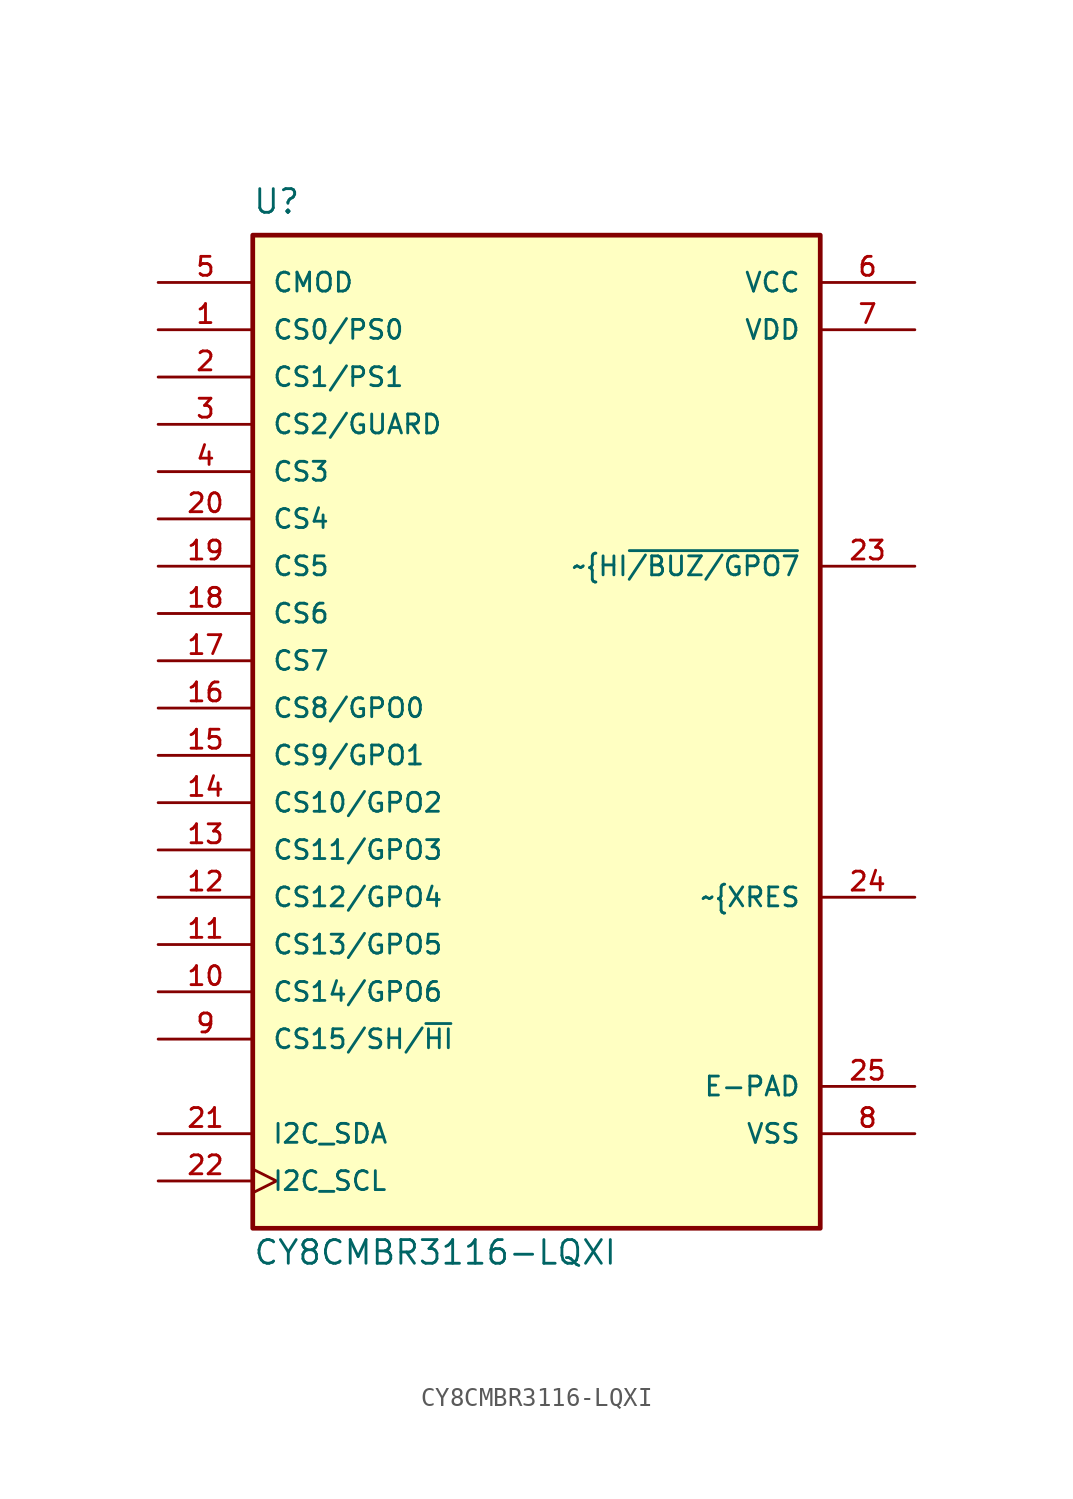
<source format=kicad_sym>
(kicad_symbol_lib
  (version 20211014)
  (generator kicad_symbol_editor)
  (symbol "CY8CMBR3116-LQXI"
    (pin_names
      (offset 1.016))
    (property "Reference" "U"
      (at -15.266 29.005 0)
      (effects (font (size 1.27 1.27)) (justify bottom left)))
    (property "Value" "CY8CMBR3116-LQXI"
      (at -15.246 -27.442 0)
      (effects (font (size 1.27 1.27)) (justify bottom left)))
    (symbol "CY8CMBR3116-LQXI_0_0"
      (rectangle (start -15.24 -25.4) (end 15.24 27.94) (stroke (width 0.254)) (fill (type background)))
      (pin passive line (at -20.32 22.86 0) (length 5.08) (name "CS0/PS0" (effects (font (size 1.016 1.016)))) (number "1" (effects (font (size 1.016 1.016)))))
      (pin passive line (at -20.32 20.32 0) (length 5.08) (name "CS1/PS1" (effects (font (size 1.016 1.016)))) (number "2" (effects (font (size 1.016 1.016)))))
      (pin passive line (at -20.32 17.78 0) (length 5.08) (name "CS2/GUARD" (effects (font (size 1.016 1.016)))) (number "3" (effects (font (size 1.016 1.016)))))
      (pin passive line (at -20.32 15.24 0) (length 5.08) (name "CS3" (effects (font (size 1.016 1.016)))) (number "4" (effects (font (size 1.016 1.016)))))
      (pin passive line (at -20.32 25.4 0) (length 5.08) (name "CMOD" (effects (font (size 1.016 1.016)))) (number "5" (effects (font (size 1.016 1.016)))))
      (pin power_in line (at 20.32 25.4 180.0) (length 5.08) (name "VCC" (effects (font (size 1.016 1.016)))) (number "6" (effects (font (size 1.016 1.016)))))
      (pin power_in line (at 20.32 22.86 180.0) (length 5.08) (name "VDD" (effects (font (size 1.016 1.016)))) (number "7" (effects (font (size 1.016 1.016)))))
      (pin power_in line (at 20.32 -20.32 180.0) (length 5.08) (name "VSS" (effects (font (size 1.016 1.016)))) (number "8" (effects (font (size 1.016 1.016)))))
      (pin bidirectional line (at -20.32 -15.24 0) (length 5.08) (name "CS15/SH/~{HI}" (effects (font (size 1.016 1.016)))) (number "9" (effects (font (size 1.016 1.016)))))
      (pin bidirectional line (at -20.32 -12.7 0) (length 5.08) (name "CS14/GPO6" (effects (font (size 1.016 1.016)))) (number "10" (effects (font (size 1.016 1.016)))))
      (pin bidirectional line (at -20.32 -10.16 0) (length 5.08) (name "CS13/GPO5" (effects (font (size 1.016 1.016)))) (number "11" (effects (font (size 1.016 1.016)))))
      (pin bidirectional line (at -20.32 -7.62 0) (length 5.08) (name "CS12/GPO4" (effects (font (size 1.016 1.016)))) (number "12" (effects (font (size 1.016 1.016)))))
      (pin bidirectional line (at -20.32 -5.08 0) (length 5.08) (name "CS11/GPO3" (effects (font (size 1.016 1.016)))) (number "13" (effects (font (size 1.016 1.016)))))
      (pin bidirectional line (at -20.32 -2.54 0) (length 5.08) (name "CS10/GPO2" (effects (font (size 1.016 1.016)))) (number "14" (effects (font (size 1.016 1.016)))))
      (pin bidirectional line (at -20.32 0.0 0) (length 5.08) (name "CS9/GPO1" (effects (font (size 1.016 1.016)))) (number "15" (effects (font (size 1.016 1.016)))))
      (pin bidirectional line (at -20.32 2.54 0) (length 5.08) (name "CS8/GPO0" (effects (font (size 1.016 1.016)))) (number "16" (effects (font (size 1.016 1.016)))))
      (pin passive line (at -20.32 5.08 0) (length 5.08) (name "CS7" (effects (font (size 1.016 1.016)))) (number "17" (effects (font (size 1.016 1.016)))))
      (pin passive line (at -20.32 7.62 0) (length 5.08) (name "CS6" (effects (font (size 1.016 1.016)))) (number "18" (effects (font (size 1.016 1.016)))))
      (pin passive line (at -20.32 10.16 0) (length 5.08) (name "CS5" (effects (font (size 1.016 1.016)))) (number "19" (effects (font (size 1.016 1.016)))))
      (pin passive line (at -20.32 12.7 0) (length 5.08) (name "CS4" (effects (font (size 1.016 1.016)))) (number "20" (effects (font (size 1.016 1.016)))))
      (pin bidirectional line (at -20.32 -20.32 0) (length 5.08) (name "I2C_SDA" (effects (font (size 1.016 1.016)))) (number "21" (effects (font (size 1.016 1.016)))))
      (pin bidirectional clock (at -20.32 -22.86 0) (length 5.08) (name "I2C_SCL" (effects (font (size 1.016 1.016)))) (number "22" (effects (font (size 1.016 1.016)))))
      (pin output line (at 20.32 10.16 180.0) (length 5.08) (name "~{HI~{/BUZ/GPO7}" (effects (font (size 1.016 1.016)))) (number "23" (effects (font (size 1.016 1.016)))))
      (pin bidirectional line (at 20.32 -7.62 180.0) (length 5.08) (name "~{XRES~{}" (effects (font (size 1.016 1.016)))) (number "24" (effects (font (size 1.016 1.016)))))
      (pin power_in line (at 20.32 -17.78 180.0) (length 5.08) (name "E-PAD" (effects (font (size 1.016 1.016)))) (number "25" (effects (font (size 1.016 1.016))))))))
</source>
